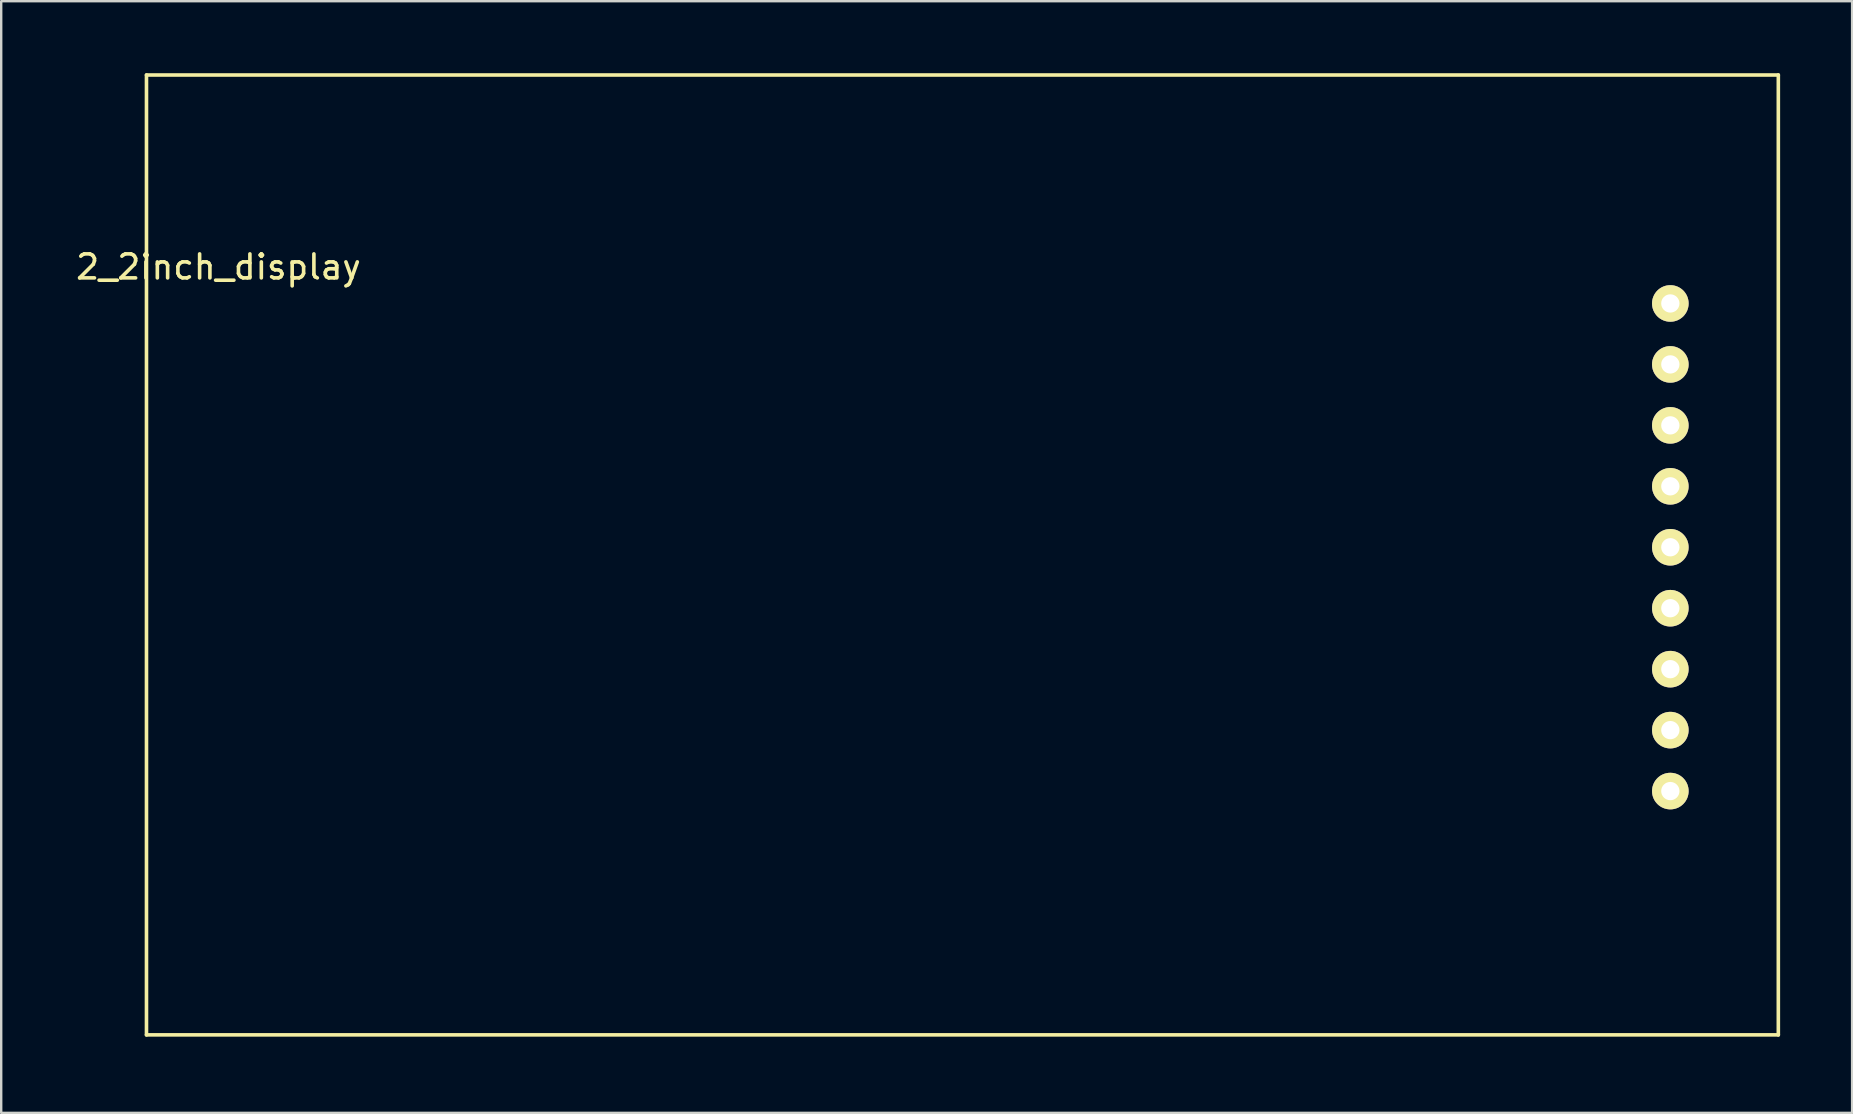
<source format=kicad_pcb>
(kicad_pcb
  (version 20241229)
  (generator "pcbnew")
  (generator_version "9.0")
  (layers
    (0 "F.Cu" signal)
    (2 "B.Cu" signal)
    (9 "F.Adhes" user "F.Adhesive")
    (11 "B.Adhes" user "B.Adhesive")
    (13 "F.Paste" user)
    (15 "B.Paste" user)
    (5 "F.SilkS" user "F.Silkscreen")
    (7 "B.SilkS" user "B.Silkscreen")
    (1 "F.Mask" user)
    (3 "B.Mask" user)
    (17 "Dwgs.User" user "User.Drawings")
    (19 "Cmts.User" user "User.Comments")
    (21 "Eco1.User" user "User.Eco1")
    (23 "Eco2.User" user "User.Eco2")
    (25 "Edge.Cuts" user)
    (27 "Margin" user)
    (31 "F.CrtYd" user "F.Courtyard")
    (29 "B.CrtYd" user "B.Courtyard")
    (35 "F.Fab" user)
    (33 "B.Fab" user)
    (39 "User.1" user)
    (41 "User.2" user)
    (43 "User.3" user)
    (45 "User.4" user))
  (footprint "2_2inch_display"
    (layer "F.Cu")
    (at 3.054 40.075)
    (property "Reference" "2_2inch_display" (at 3 -32 0) (layer "F.SilkS") (effects (font (size 1 1) (thickness 0.15))))
    (attr through_hole)
    (fp_line (start 0 -40) (end 0 0) (stroke (width 0.15) (type solid)) (layer "F.SilkS"))
    (fp_line (start 0 0) (end 68 0) (stroke (width 0.15) (type solid)) (layer "F.SilkS"))
    (fp_line (start 68 -40) (end 0 -40) (stroke (width 0.15) (type solid)) (layer "F.SilkS"))
    (fp_line (start 68 0) (end 68 -40) (stroke (width 0.15) (type solid)) (layer "F.SilkS"))
    (pad "1" thru_hole circle (at 63.5 -30.48) (size 1.524 1.524) (drill 0.762) (layers "*.Cu" "*.Mask" "F.SilkS"))
    (pad "2" thru_hole circle (at 63.5 -27.94) (size 1.524 1.524) (drill 0.762) (layers "*.Cu" "*.Mask" "F.SilkS"))
    (pad "3" thru_hole circle (at 63.5 -25.4) (size 1.524 1.524) (drill 0.762) (layers "*.Cu" "*.Mask" "F.SilkS"))
    (pad "4" thru_hole circle (at 63.5 -22.86) (size 1.524 1.524) (drill 0.762) (layers "*.Cu" "*.Mask" "F.SilkS"))
    (pad "5" thru_hole circle (at 63.5 -20.32) (size 1.524 1.524) (drill 0.762) (layers "*.Cu" "*.Mask" "F.SilkS"))
    (pad "6" thru_hole circle (at 63.5 -17.78) (size 1.524 1.524) (drill 0.762) (layers "*.Cu" "*.Mask" "F.SilkS"))
    (pad "7" thru_hole circle (at 63.5 -15.24) (size 1.524 1.524) (drill 0.762) (layers "*.Cu" "*.Mask" "F.SilkS"))
    (pad "8" thru_hole circle (at 63.5 -12.7) (size 1.524 1.524) (drill 0.762) (layers "*.Cu" "*.Mask" "F.SilkS"))
    (pad "9" thru_hole circle (at 63.5 -10.16) (size 1.524 1.524) (drill 0.762) (layers "*.Cu" "*.Mask" "F.SilkS")))
  (gr_rect
    (start -3 -3)
    (end 74.129 43.325)
    (stroke (width 0.1) (type default))
    (fill no)
    (layer "Edge.Cuts")))
</source>
